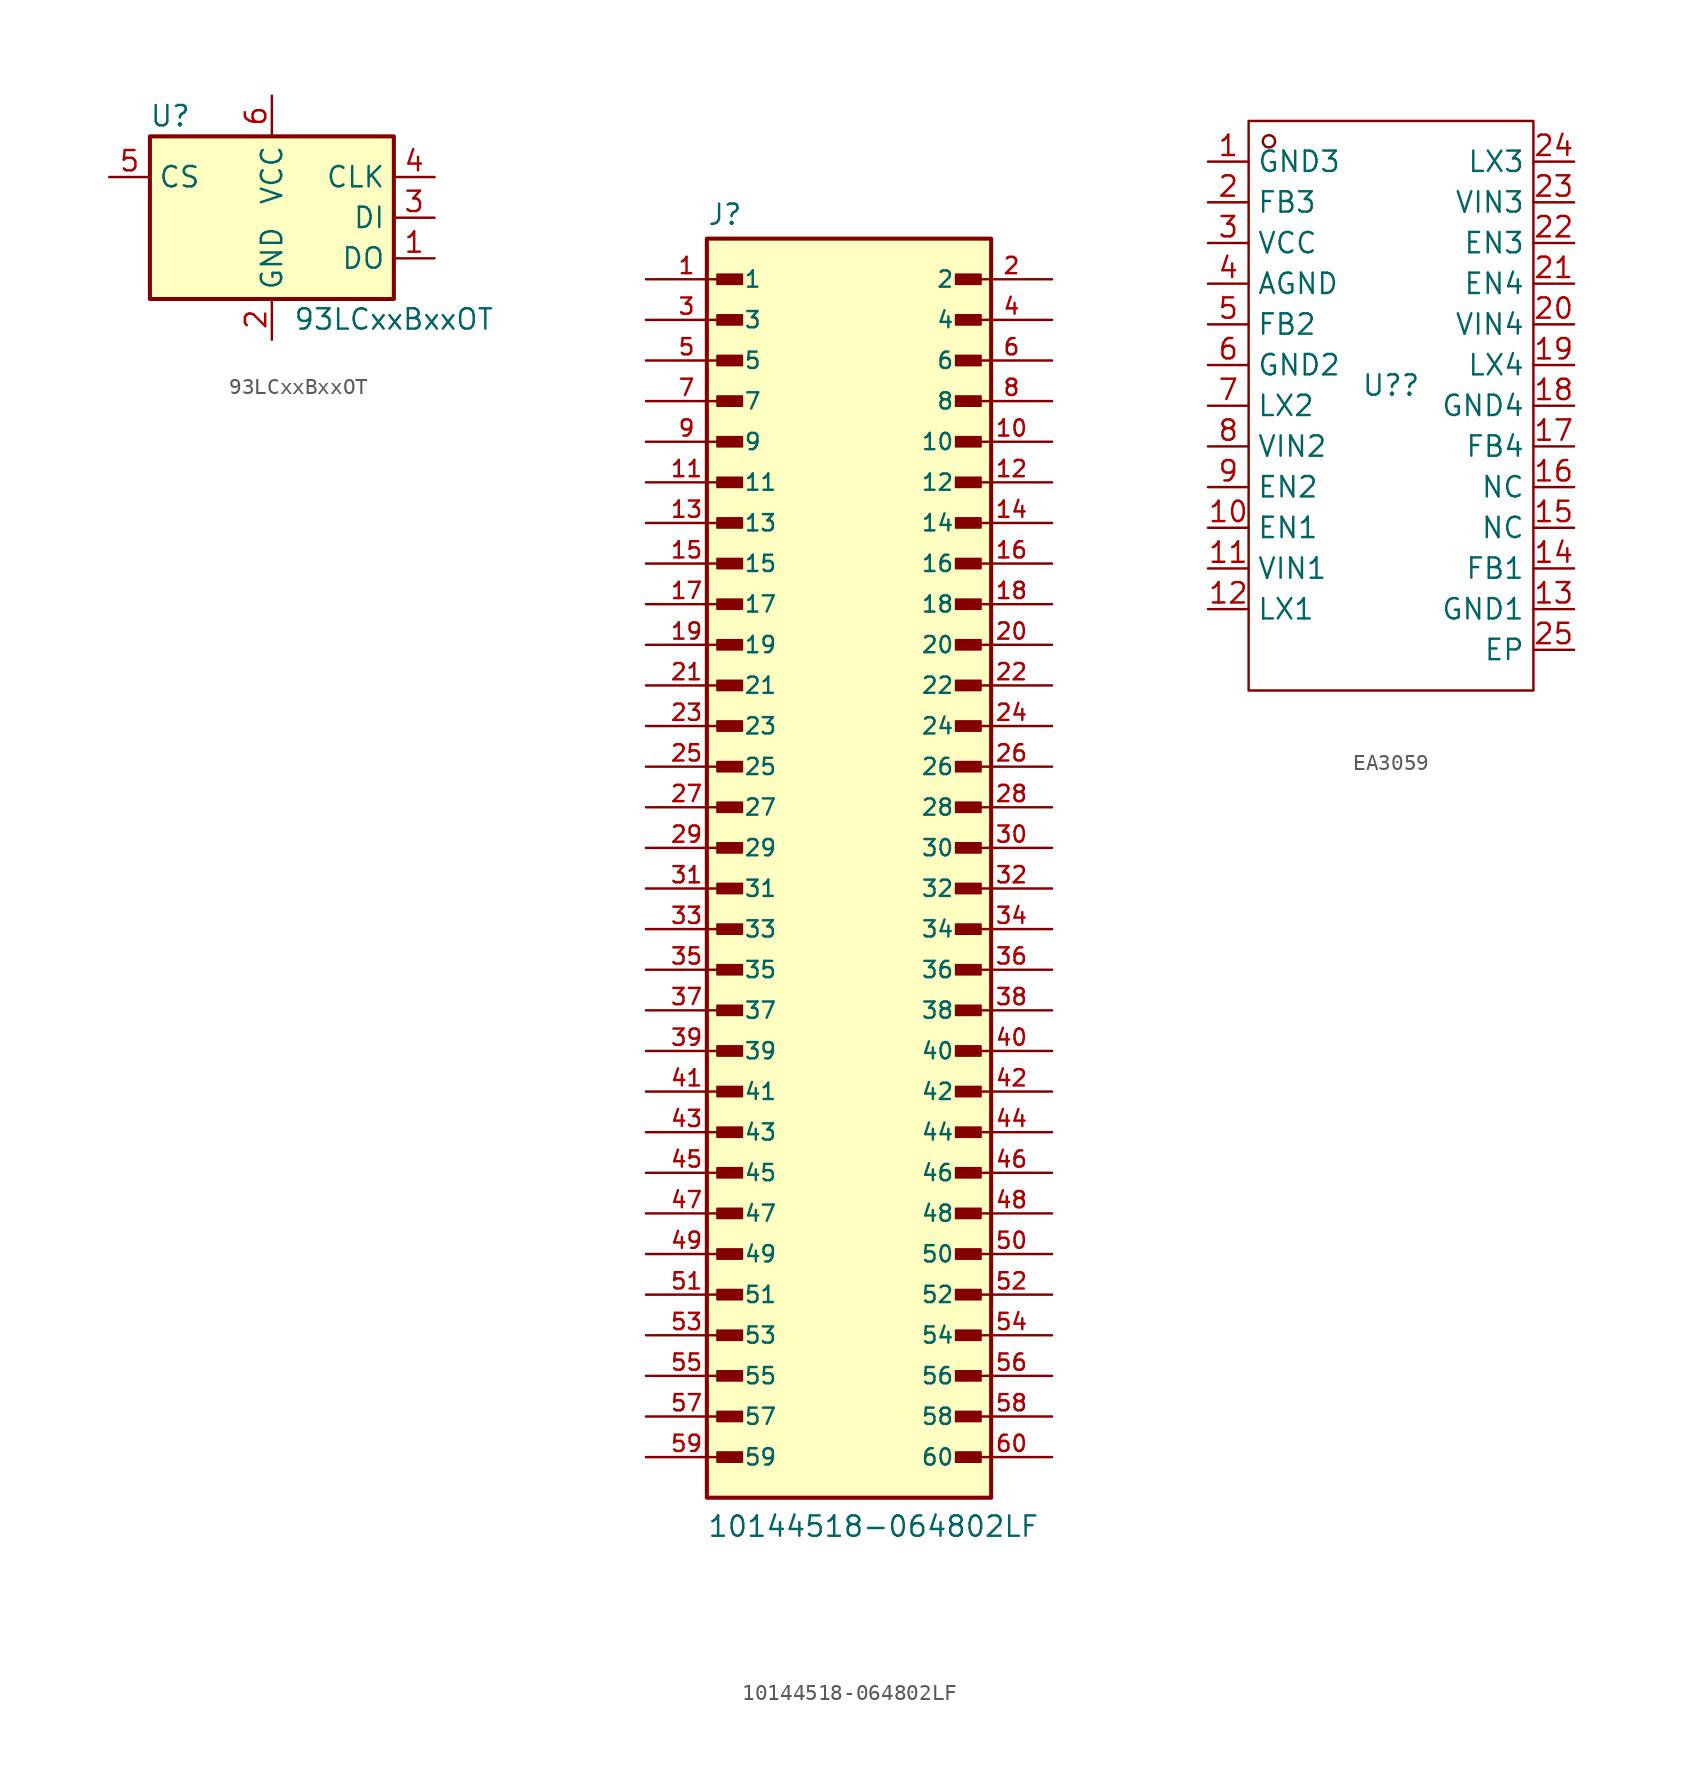
<source format=kicad_sym>
(kicad_symbol_lib
  (version 20231120)
  (generator "kicad_symbol_editor")
  (generator_version "8.0")
  (symbol "93LCxxBxxOT"
    (property "Reference" "U"
      (at -6.35 6.35 0)
      (effects (font (size 1.27 1.27))))
    (property "Value" "93LCxxBxxOT"
      (at 7.62 -6.35 0)
      (effects (font (size 1.27 1.27))))
    (symbol "93LCxxBxxOT_0_1"
      (rectangle (start -7.62 5.08) (end 7.62 -5.08) (stroke (width 0.254) (type default)) (fill (type background))))
    (symbol "93LCxxBxxOT_1_1"
      (pin tri_state line (at 10.16 -2.54 180) (length 2.54) (name "DO" (effects (font (size 1.27 1.27)))) (number "1" (effects (font (size 1.27 1.27)))))
      (pin power_in line (at 0 -7.62 90) (length 2.54) (name "GND" (effects (font (size 1.27 1.27)))) (number "2" (effects (font (size 1.27 1.27)))))
      (pin input line (at 10.16 0 180) (length 2.54) (name "DI" (effects (font (size 1.27 1.27)))) (number "3" (effects (font (size 1.27 1.27)))))
      (pin input line (at 10.16 2.54 180) (length 2.54) (name "CLK" (effects (font (size 1.27 1.27)))) (number "4" (effects (font (size 1.27 1.27)))))
      (pin input line (at -10.16 2.54 0) (length 2.54) (name "CS" (effects (font (size 1.27 1.27)))) (number "5" (effects (font (size 1.27 1.27)))))
      (pin power_in line (at 0 7.62 270) (length 2.54) (name "VCC" (effects (font (size 1.27 1.27)))) (number "6" (effects (font (size 1.27 1.27)))))))
  (symbol "10144518-064802LF"
    (pin_names
      (offset 1.016))
    (property "Reference" "J"
      (at -8.89 38.862 0)
      (effects (font (size 1.27 1.27)) (justify left bottom)))
    (property "Value" "10144518-064802LF"
      (at -8.89 -43.18 0)
      (effects (font (size 1.27 1.27)) (justify left bottom)))
    (symbol "10144518-064802LF_0_0"
      (rectangle (start -8.89 -40.64) (end 8.89 38.1) (stroke (width 0.254) (type default)) (fill (type background)))
      (rectangle (start -8.255 -38.417) (end -6.668 -37.782) (stroke (width 0.1) (type default)) (fill (type outline)))
      (rectangle (start -8.255 -35.877) (end -6.668 -35.242) (stroke (width 0.1) (type default)) (fill (type outline)))
      (rectangle (start -8.255 -33.337) (end -6.668 -32.703) (stroke (width 0.1) (type default)) (fill (type outline)))
      (rectangle (start -8.255 -30.797) (end -6.668 -30.163) (stroke (width 0.1) (type default)) (fill (type outline)))
      (rectangle (start -8.255 -28.258) (end -6.668 -27.622) (stroke (width 0.1) (type default)) (fill (type outline)))
      (rectangle (start -8.255 -25.718) (end -6.668 -25.082) (stroke (width 0.1) (type default)) (fill (type outline)))
      (rectangle (start -8.255 -23.177) (end -6.668 -22.543) (stroke (width 0.1) (type default)) (fill (type outline)))
      (rectangle (start -8.255 -20.637) (end -6.668 -20.003) (stroke (width 0.1) (type default)) (fill (type outline)))
      (rectangle (start -8.255 -18.098) (end -6.668 -17.462) (stroke (width 0.1) (type default)) (fill (type outline)))
      (rectangle (start -8.255 -15.557) (end -6.668 -14.922) (stroke (width 0.1) (type default)) (fill (type outline)))
      (rectangle (start -8.255 -13.018) (end -6.668 -12.383) (stroke (width 0.1) (type default)) (fill (type outline)))
      (rectangle (start -8.255 -10.477) (end -6.668 -9.842) (stroke (width 0.1) (type default)) (fill (type outline)))
      (rectangle (start -8.255 -7.938) (end -6.668 -7.303) (stroke (width 0.1) (type default)) (fill (type outline)))
      (rectangle (start -8.255 -5.397) (end -6.668 -4.763) (stroke (width 0.1) (type default)) (fill (type outline)))
      (rectangle (start -8.255 -2.857) (end -6.668 -2.223) (stroke (width 0.1) (type default)) (fill (type outline)))
      (rectangle (start -8.255 -0.318) (end -6.668 0.318) (stroke (width 0.1) (type default)) (fill (type outline)))
      (rectangle (start -8.255 2.223) (end -6.668 2.857) (stroke (width 0.1) (type default)) (fill (type outline)))
      (rectangle (start -8.255 4.763) (end -6.668 5.397) (stroke (width 0.1) (type default)) (fill (type outline)))
      (rectangle (start -8.255 7.303) (end -6.668 7.938) (stroke (width 0.1) (type default)) (fill (type outline)))
      (rectangle (start -8.255 9.842) (end -6.668 10.477) (stroke (width 0.1) (type default)) (fill (type outline)))
      (rectangle (start -8.255 12.383) (end -6.668 13.018) (stroke (width 0.1) (type default)) (fill (type outline)))
      (rectangle (start -8.255 14.922) (end -6.668 15.557) (stroke (width 0.1) (type default)) (fill (type outline)))
      (rectangle (start -8.255 17.462) (end -6.668 18.098) (stroke (width 0.1) (type default)) (fill (type outline)))
      (rectangle (start -8.255 20.003) (end -6.668 20.637) (stroke (width 0.1) (type default)) (fill (type outline)))
      (rectangle (start -8.255 22.543) (end -6.668 23.177) (stroke (width 0.1) (type default)) (fill (type outline)))
      (rectangle (start -8.255 25.082) (end -6.668 25.718) (stroke (width 0.1) (type default)) (fill (type outline)))
      (rectangle (start -8.255 27.622) (end -6.668 28.258) (stroke (width 0.1) (type default)) (fill (type outline)))
      (rectangle (start -8.255 30.163) (end -6.668 30.797) (stroke (width 0.1) (type default)) (fill (type outline)))
      (rectangle (start -8.255 32.703) (end -6.668 33.337) (stroke (width 0.1) (type default)) (fill (type outline)))
      (rectangle (start -8.255 35.242) (end -6.668 35.877) (stroke (width 0.1) (type default)) (fill (type outline)))
      (rectangle (start 6.668 -38.417) (end 8.255 -37.782) (stroke (width 0.1) (type default)) (fill (type outline)))
      (rectangle (start 6.668 -35.877) (end 8.255 -35.242) (stroke (width 0.1) (type default)) (fill (type outline)))
      (rectangle (start 6.668 -33.337) (end 8.255 -32.703) (stroke (width 0.1) (type default)) (fill (type outline)))
      (rectangle (start 6.668 -30.797) (end 8.255 -30.163) (stroke (width 0.1) (type default)) (fill (type outline)))
      (rectangle (start 6.668 -28.258) (end 8.255 -27.622) (stroke (width 0.1) (type default)) (fill (type outline)))
      (rectangle (start 6.668 -25.718) (end 8.255 -25.082) (stroke (width 0.1) (type default)) (fill (type outline)))
      (rectangle (start 6.668 -23.177) (end 8.255 -22.543) (stroke (width 0.1) (type default)) (fill (type outline)))
      (rectangle (start 6.668 -20.637) (end 8.255 -20.003) (stroke (width 0.1) (type default)) (fill (type outline)))
      (rectangle (start 6.668 -18.098) (end 8.255 -17.462) (stroke (width 0.1) (type default)) (fill (type outline)))
      (rectangle (start 6.668 -15.557) (end 8.255 -14.922) (stroke (width 0.1) (type default)) (fill (type outline)))
      (rectangle (start 6.668 -13.018) (end 8.255 -12.383) (stroke (width 0.1) (type default)) (fill (type outline)))
      (rectangle (start 6.668 -10.477) (end 8.255 -9.842) (stroke (width 0.1) (type default)) (fill (type outline)))
      (rectangle (start 6.668 -7.938) (end 8.255 -7.303) (stroke (width 0.1) (type default)) (fill (type outline)))
      (rectangle (start 6.668 -5.397) (end 8.255 -4.763) (stroke (width 0.1) (type default)) (fill (type outline)))
      (rectangle (start 6.668 -2.857) (end 8.255 -2.223) (stroke (width 0.1) (type default)) (fill (type outline)))
      (rectangle (start 6.668 -0.318) (end 8.255 0.318) (stroke (width 0.1) (type default)) (fill (type outline)))
      (rectangle (start 6.668 2.223) (end 8.255 2.857) (stroke (width 0.1) (type default)) (fill (type outline)))
      (rectangle (start 6.668 4.763) (end 8.255 5.397) (stroke (width 0.1) (type default)) (fill (type outline)))
      (rectangle (start 6.668 7.303) (end 8.255 7.938) (stroke (width 0.1) (type default)) (fill (type outline)))
      (rectangle (start 6.668 9.842) (end 8.255 10.477) (stroke (width 0.1) (type default)) (fill (type outline)))
      (rectangle (start 6.668 12.383) (end 8.255 13.018) (stroke (width 0.1) (type default)) (fill (type outline)))
      (rectangle (start 6.668 14.922) (end 8.255 15.557) (stroke (width 0.1) (type default)) (fill (type outline)))
      (rectangle (start 6.668 17.462) (end 8.255 18.098) (stroke (width 0.1) (type default)) (fill (type outline)))
      (rectangle (start 6.668 20.003) (end 8.255 20.637) (stroke (width 0.1) (type default)) (fill (type outline)))
      (rectangle (start 6.668 22.543) (end 8.255 23.177) (stroke (width 0.1) (type default)) (fill (type outline)))
      (rectangle (start 6.668 25.082) (end 8.255 25.718) (stroke (width 0.1) (type default)) (fill (type outline)))
      (rectangle (start 6.668 27.622) (end 8.255 28.258) (stroke (width 0.1) (type default)) (fill (type outline)))
      (rectangle (start 6.668 30.163) (end 8.255 30.797) (stroke (width 0.1) (type default)) (fill (type outline)))
      (rectangle (start 6.668 32.703) (end 8.255 33.337) (stroke (width 0.1) (type default)) (fill (type outline)))
      (rectangle (start 6.668 35.242) (end 8.255 35.877) (stroke (width 0.1) (type default)) (fill (type outline)))
      (pin passive line (at -12.7 35.56 0) (length 5.08) (name "1" (effects (font (size 1.016 1.016)))) (number "1" (effects (font (size 1.016 1.016)))))
      (pin passive line (at 12.7 25.4 180) (length 5.08) (name "10" (effects (font (size 1.016 1.016)))) (number "10" (effects (font (size 1.016 1.016)))))
      (pin passive line (at -12.7 22.86 0) (length 5.08) (name "11" (effects (font (size 1.016 1.016)))) (number "11" (effects (font (size 1.016 1.016)))))
      (pin passive line (at 12.7 22.86 180) (length 5.08) (name "12" (effects (font (size 1.016 1.016)))) (number "12" (effects (font (size 1.016 1.016)))))
      (pin passive line (at -12.7 20.32 0) (length 5.08) (name "13" (effects (font (size 1.016 1.016)))) (number "13" (effects (font (size 1.016 1.016)))))
      (pin passive line (at 12.7 20.32 180) (length 5.08) (name "14" (effects (font (size 1.016 1.016)))) (number "14" (effects (font (size 1.016 1.016)))))
      (pin passive line (at -12.7 17.78 0) (length 5.08) (name "15" (effects (font (size 1.016 1.016)))) (number "15" (effects (font (size 1.016 1.016)))))
      (pin passive line (at 12.7 17.78 180) (length 5.08) (name "16" (effects (font (size 1.016 1.016)))) (number "16" (effects (font (size 1.016 1.016)))))
      (pin passive line (at -12.7 15.24 0) (length 5.08) (name "17" (effects (font (size 1.016 1.016)))) (number "17" (effects (font (size 1.016 1.016)))))
      (pin passive line (at 12.7 15.24 180) (length 5.08) (name "18" (effects (font (size 1.016 1.016)))) (number "18" (effects (font (size 1.016 1.016)))))
      (pin passive line (at -12.7 12.7 0) (length 5.08) (name "19" (effects (font (size 1.016 1.016)))) (number "19" (effects (font (size 1.016 1.016)))))
      (pin passive line (at 12.7 35.56 180) (length 5.08) (name "2" (effects (font (size 1.016 1.016)))) (number "2" (effects (font (size 1.016 1.016)))))
      (pin passive line (at 12.7 12.7 180) (length 5.08) (name "20" (effects (font (size 1.016 1.016)))) (number "20" (effects (font (size 1.016 1.016)))))
      (pin passive line (at -12.7 10.16 0) (length 5.08) (name "21" (effects (font (size 1.016 1.016)))) (number "21" (effects (font (size 1.016 1.016)))))
      (pin passive line (at 12.7 10.16 180) (length 5.08) (name "22" (effects (font (size 1.016 1.016)))) (number "22" (effects (font (size 1.016 1.016)))))
      (pin passive line (at -12.7 7.62 0) (length 5.08) (name "23" (effects (font (size 1.016 1.016)))) (number "23" (effects (font (size 1.016 1.016)))))
      (pin passive line (at 12.7 7.62 180) (length 5.08) (name "24" (effects (font (size 1.016 1.016)))) (number "24" (effects (font (size 1.016 1.016)))))
      (pin passive line (at -12.7 5.08 0) (length 5.08) (name "25" (effects (font (size 1.016 1.016)))) (number "25" (effects (font (size 1.016 1.016)))))
      (pin passive line (at 12.7 5.08 180) (length 5.08) (name "26" (effects (font (size 1.016 1.016)))) (number "26" (effects (font (size 1.016 1.016)))))
      (pin passive line (at -12.7 2.54 0) (length 5.08) (name "27" (effects (font (size 1.016 1.016)))) (number "27" (effects (font (size 1.016 1.016)))))
      (pin passive line (at 12.7 2.54 180) (length 5.08) (name "28" (effects (font (size 1.016 1.016)))) (number "28" (effects (font (size 1.016 1.016)))))
      (pin passive line (at -12.7 0 0) (length 5.08) (name "29" (effects (font (size 1.016 1.016)))) (number "29" (effects (font (size 1.016 1.016)))))
      (pin passive line (at -12.7 33.02 0) (length 5.08) (name "3" (effects (font (size 1.016 1.016)))) (number "3" (effects (font (size 1.016 1.016)))))
      (pin passive line (at 12.7 0 180) (length 5.08) (name "30" (effects (font (size 1.016 1.016)))) (number "30" (effects (font (size 1.016 1.016)))))
      (pin passive line (at -12.7 -2.54 0) (length 5.08) (name "31" (effects (font (size 1.016 1.016)))) (number "31" (effects (font (size 1.016 1.016)))))
      (pin passive line (at 12.7 -2.54 180) (length 5.08) (name "32" (effects (font (size 1.016 1.016)))) (number "32" (effects (font (size 1.016 1.016)))))
      (pin passive line (at -12.7 -5.08 0) (length 5.08) (name "33" (effects (font (size 1.016 1.016)))) (number "33" (effects (font (size 1.016 1.016)))))
      (pin passive line (at 12.7 -5.08 180) (length 5.08) (name "34" (effects (font (size 1.016 1.016)))) (number "34" (effects (font (size 1.016 1.016)))))
      (pin passive line (at -12.7 -7.62 0) (length 5.08) (name "35" (effects (font (size 1.016 1.016)))) (number "35" (effects (font (size 1.016 1.016)))))
      (pin passive line (at 12.7 -7.62 180) (length 5.08) (name "36" (effects (font (size 1.016 1.016)))) (number "36" (effects (font (size 1.016 1.016)))))
      (pin passive line (at -12.7 -10.16 0) (length 5.08) (name "37" (effects (font (size 1.016 1.016)))) (number "37" (effects (font (size 1.016 1.016)))))
      (pin passive line (at 12.7 -10.16 180) (length 5.08) (name "38" (effects (font (size 1.016 1.016)))) (number "38" (effects (font (size 1.016 1.016)))))
      (pin passive line (at -12.7 -12.7 0) (length 5.08) (name "39" (effects (font (size 1.016 1.016)))) (number "39" (effects (font (size 1.016 1.016)))))
      (pin passive line (at 12.7 33.02 180) (length 5.08) (name "4" (effects (font (size 1.016 1.016)))) (number "4" (effects (font (size 1.016 1.016)))))
      (pin passive line (at 12.7 -12.7 180) (length 5.08) (name "40" (effects (font (size 1.016 1.016)))) (number "40" (effects (font (size 1.016 1.016)))))
      (pin passive line (at -12.7 -15.24 0) (length 5.08) (name "41" (effects (font (size 1.016 1.016)))) (number "41" (effects (font (size 1.016 1.016)))))
      (pin passive line (at 12.7 -15.24 180) (length 5.08) (name "42" (effects (font (size 1.016 1.016)))) (number "42" (effects (font (size 1.016 1.016)))))
      (pin passive line (at -12.7 -17.78 0) (length 5.08) (name "43" (effects (font (size 1.016 1.016)))) (number "43" (effects (font (size 1.016 1.016)))))
      (pin passive line (at 12.7 -17.78 180) (length 5.08) (name "44" (effects (font (size 1.016 1.016)))) (number "44" (effects (font (size 1.016 1.016)))))
      (pin passive line (at -12.7 -20.32 0) (length 5.08) (name "45" (effects (font (size 1.016 1.016)))) (number "45" (effects (font (size 1.016 1.016)))))
      (pin passive line (at 12.7 -20.32 180) (length 5.08) (name "46" (effects (font (size 1.016 1.016)))) (number "46" (effects (font (size 1.016 1.016)))))
      (pin passive line (at -12.7 -22.86 0) (length 5.08) (name "47" (effects (font (size 1.016 1.016)))) (number "47" (effects (font (size 1.016 1.016)))))
      (pin passive line (at 12.7 -22.86 180) (length 5.08) (name "48" (effects (font (size 1.016 1.016)))) (number "48" (effects (font (size 1.016 1.016)))))
      (pin passive line (at -12.7 -25.4 0) (length 5.08) (name "49" (effects (font (size 1.016 1.016)))) (number "49" (effects (font (size 1.016 1.016)))))
      (pin passive line (at -12.7 30.48 0) (length 5.08) (name "5" (effects (font (size 1.016 1.016)))) (number "5" (effects (font (size 1.016 1.016)))))
      (pin passive line (at 12.7 -25.4 180) (length 5.08) (name "50" (effects (font (size 1.016 1.016)))) (number "50" (effects (font (size 1.016 1.016)))))
      (pin passive line (at -12.7 -27.94 0) (length 5.08) (name "51" (effects (font (size 1.016 1.016)))) (number "51" (effects (font (size 1.016 1.016)))))
      (pin passive line (at 12.7 -27.94 180) (length 5.08) (name "52" (effects (font (size 1.016 1.016)))) (number "52" (effects (font (size 1.016 1.016)))))
      (pin passive line (at -12.7 -30.48 0) (length 5.08) (name "53" (effects (font (size 1.016 1.016)))) (number "53" (effects (font (size 1.016 1.016)))))
      (pin passive line (at 12.7 -30.48 180) (length 5.08) (name "54" (effects (font (size 1.016 1.016)))) (number "54" (effects (font (size 1.016 1.016)))))
      (pin passive line (at -12.7 -33.02 0) (length 5.08) (name "55" (effects (font (size 1.016 1.016)))) (number "55" (effects (font (size 1.016 1.016)))))
      (pin passive line (at 12.7 -33.02 180) (length 5.08) (name "56" (effects (font (size 1.016 1.016)))) (number "56" (effects (font (size 1.016 1.016)))))
      (pin passive line (at -12.7 -35.56 0) (length 5.08) (name "57" (effects (font (size 1.016 1.016)))) (number "57" (effects (font (size 1.016 1.016)))))
      (pin passive line (at 12.7 -35.56 180) (length 5.08) (name "58" (effects (font (size 1.016 1.016)))) (number "58" (effects (font (size 1.016 1.016)))))
      (pin passive line (at -12.7 -38.1 0) (length 5.08) (name "59" (effects (font (size 1.016 1.016)))) (number "59" (effects (font (size 1.016 1.016)))))
      (pin passive line (at 12.7 30.48 180) (length 5.08) (name "6" (effects (font (size 1.016 1.016)))) (number "6" (effects (font (size 1.016 1.016)))))
      (pin passive line (at 12.7 -38.1 180) (length 5.08) (name "60" (effects (font (size 1.016 1.016)))) (number "60" (effects (font (size 1.016 1.016)))))
      (pin passive line (at -12.7 27.94 0) (length 5.08) (name "7" (effects (font (size 1.016 1.016)))) (number "7" (effects (font (size 1.016 1.016)))))
      (pin passive line (at 12.7 27.94 180) (length 5.08) (name "8" (effects (font (size 1.016 1.016)))) (number "8" (effects (font (size 1.016 1.016)))))
      (pin passive line (at -12.7 25.4 0) (length 5.08) (name "9" (effects (font (size 1.016 1.016)))) (number "9" (effects (font (size 1.016 1.016)))))))
  (symbol "EA3059"
    (property "Reference" "U?"
      (at 0 0 0)
      (effects (font (size 1.27 1.27))))
    (property "Value" ""
      (at 0 0 0)
      (effects (font (size 1.27 1.27))))
    (symbol "EA3059_1_0"
      (rectangle (start -8.89 -19.05) (end 8.89 16.51) (stroke (width 0) (type default)) (fill (type none)))
      (circle (center -7.62 15.24) (radius 0.381) (stroke (width 0) (type default)) (fill (type none)))
      (pin unspecified line (at -11.43 13.97 0) (length 2.54) (name "GND3" (effects (font (size 1.27 1.27)))) (number "1" (effects (font (size 1.27 1.27)))))
      (pin unspecified line (at -11.43 -8.89 0) (length 2.54) (name "EN1" (effects (font (size 1.27 1.27)))) (number "10" (effects (font (size 1.27 1.27)))))
      (pin unspecified line (at -11.43 -11.43 0) (length 2.54) (name "VIN1" (effects (font (size 1.27 1.27)))) (number "11" (effects (font (size 1.27 1.27)))))
      (pin unspecified line (at -11.43 -13.97 0) (length 2.54) (name "LX1" (effects (font (size 1.27 1.27)))) (number "12" (effects (font (size 1.27 1.27)))))
      (pin unspecified line (at 11.43 -13.97 180) (length 2.54) (name "GND1" (effects (font (size 1.27 1.27)))) (number "13" (effects (font (size 1.27 1.27)))))
      (pin unspecified line (at 11.43 -11.43 180) (length 2.54) (name "FB1" (effects (font (size 1.27 1.27)))) (number "14" (effects (font (size 1.27 1.27)))))
      (pin unspecified line (at 11.43 -8.89 180) (length 2.54) (name "NC" (effects (font (size 1.27 1.27)))) (number "15" (effects (font (size 1.27 1.27)))))
      (pin unspecified line (at 11.43 -6.35 180) (length 2.54) (name "NC" (effects (font (size 1.27 1.27)))) (number "16" (effects (font (size 1.27 1.27)))))
      (pin unspecified line (at 11.43 -3.81 180) (length 2.54) (name "FB4" (effects (font (size 1.27 1.27)))) (number "17" (effects (font (size 1.27 1.27)))))
      (pin unspecified line (at 11.43 -1.27 180) (length 2.54) (name "GND4" (effects (font (size 1.27 1.27)))) (number "18" (effects (font (size 1.27 1.27)))))
      (pin unspecified line (at 11.43 1.27 180) (length 2.54) (name "LX4" (effects (font (size 1.27 1.27)))) (number "19" (effects (font (size 1.27 1.27)))))
      (pin unspecified line (at -11.43 11.43 0) (length 2.54) (name "FB3" (effects (font (size 1.27 1.27)))) (number "2" (effects (font (size 1.27 1.27)))))
      (pin unspecified line (at 11.43 3.81 180) (length 2.54) (name "VIN4" (effects (font (size 1.27 1.27)))) (number "20" (effects (font (size 1.27 1.27)))))
      (pin unspecified line (at 11.43 6.35 180) (length 2.54) (name "EN4" (effects (font (size 1.27 1.27)))) (number "21" (effects (font (size 1.27 1.27)))))
      (pin unspecified line (at 11.43 8.89 180) (length 2.54) (name "EN3" (effects (font (size 1.27 1.27)))) (number "22" (effects (font (size 1.27 1.27)))))
      (pin unspecified line (at 11.43 11.43 180) (length 2.54) (name "VIN3" (effects (font (size 1.27 1.27)))) (number "23" (effects (font (size 1.27 1.27)))))
      (pin unspecified line (at 11.43 13.97 180) (length 2.54) (name "LX3" (effects (font (size 1.27 1.27)))) (number "24" (effects (font (size 1.27 1.27)))))
      (pin unspecified line (at 11.43 -16.51 180) (length 2.54) (name "EP" (effects (font (size 1.27 1.27)))) (number "25" (effects (font (size 1.27 1.27)))))
      (pin unspecified line (at -11.43 8.89 0) (length 2.54) (name "VCC" (effects (font (size 1.27 1.27)))) (number "3" (effects (font (size 1.27 1.27)))))
      (pin unspecified line (at -11.43 6.35 0) (length 2.54) (name "AGND" (effects (font (size 1.27 1.27)))) (number "4" (effects (font (size 1.27 1.27)))))
      (pin unspecified line (at -11.43 3.81 0) (length 2.54) (name "FB2" (effects (font (size 1.27 1.27)))) (number "5" (effects (font (size 1.27 1.27)))))
      (pin unspecified line (at -11.43 1.27 0) (length 2.54) (name "GND2" (effects (font (size 1.27 1.27)))) (number "6" (effects (font (size 1.27 1.27)))))
      (pin unspecified line (at -11.43 -1.27 0) (length 2.54) (name "LX2" (effects (font (size 1.27 1.27)))) (number "7" (effects (font (size 1.27 1.27)))))
      (pin unspecified line (at -11.43 -3.81 0) (length 2.54) (name "VIN2" (effects (font (size 1.27 1.27)))) (number "8" (effects (font (size 1.27 1.27)))))
      (pin unspecified line (at -11.43 -6.35 0) (length 2.54) (name "EN2" (effects (font (size 1.27 1.27)))) (number "9" (effects (font (size 1.27 1.27))))))))
</source>
